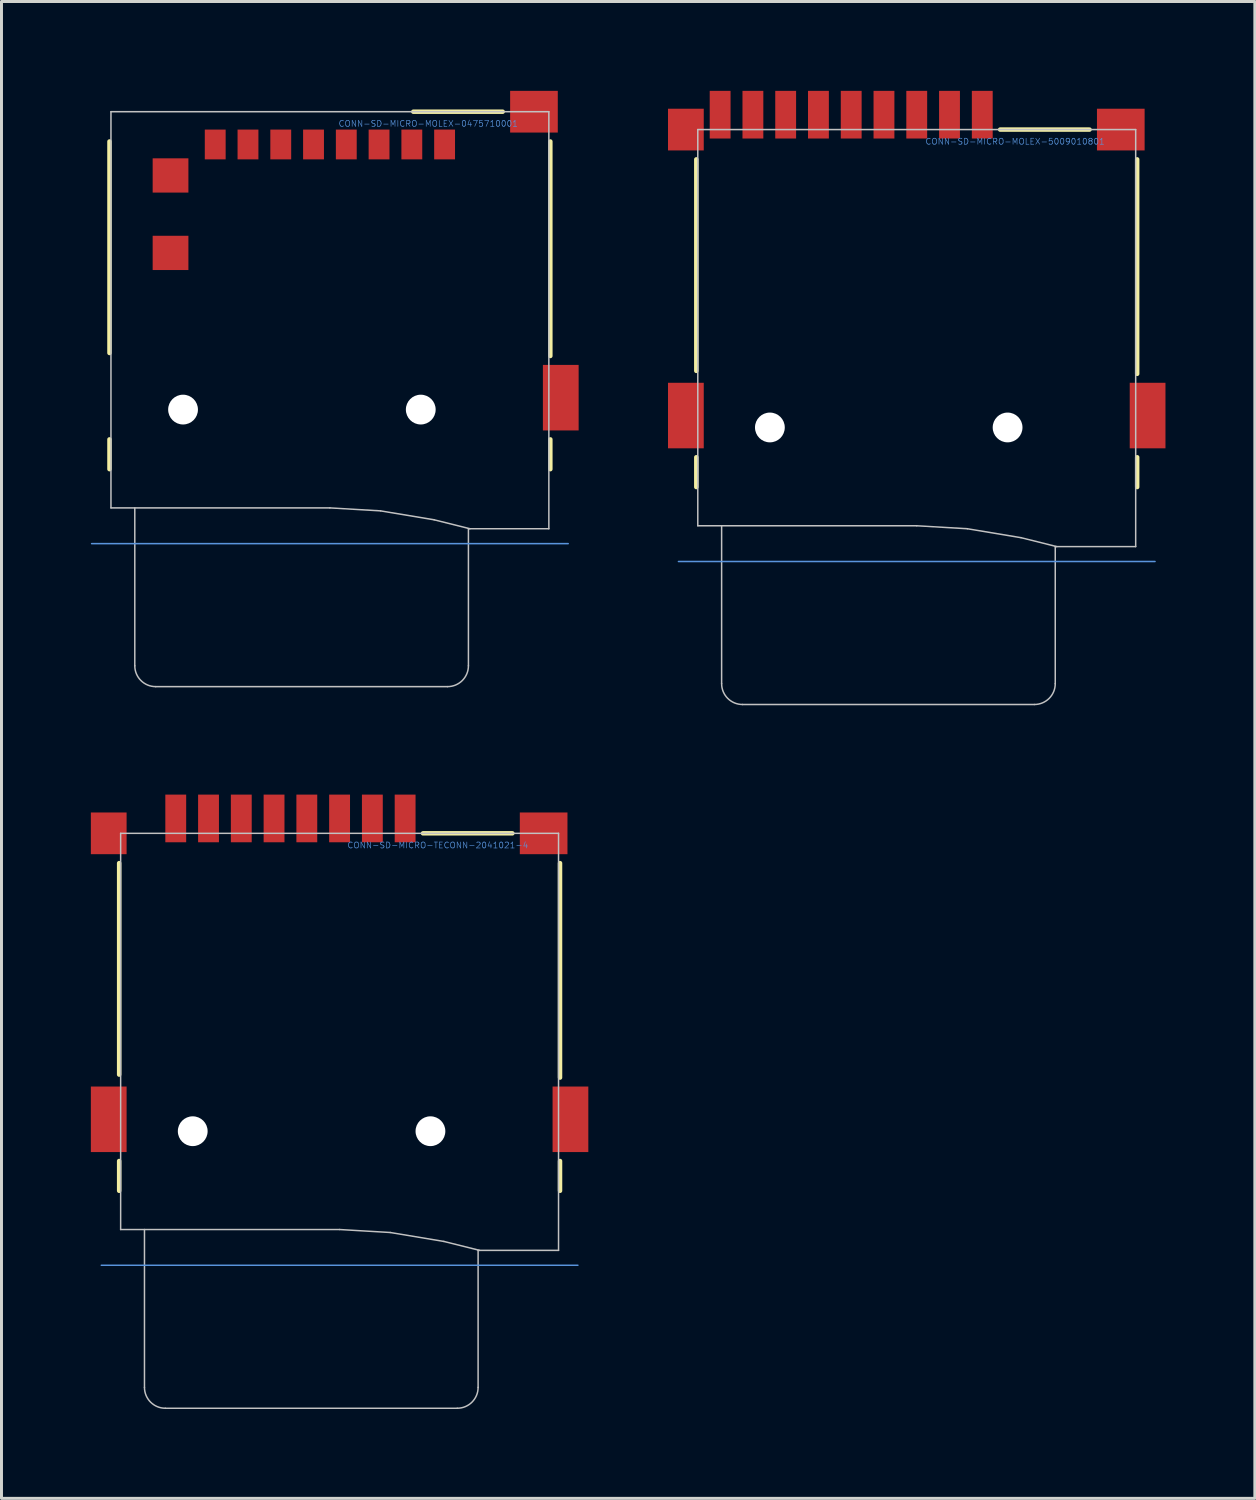
<source format=kicad_pcb>
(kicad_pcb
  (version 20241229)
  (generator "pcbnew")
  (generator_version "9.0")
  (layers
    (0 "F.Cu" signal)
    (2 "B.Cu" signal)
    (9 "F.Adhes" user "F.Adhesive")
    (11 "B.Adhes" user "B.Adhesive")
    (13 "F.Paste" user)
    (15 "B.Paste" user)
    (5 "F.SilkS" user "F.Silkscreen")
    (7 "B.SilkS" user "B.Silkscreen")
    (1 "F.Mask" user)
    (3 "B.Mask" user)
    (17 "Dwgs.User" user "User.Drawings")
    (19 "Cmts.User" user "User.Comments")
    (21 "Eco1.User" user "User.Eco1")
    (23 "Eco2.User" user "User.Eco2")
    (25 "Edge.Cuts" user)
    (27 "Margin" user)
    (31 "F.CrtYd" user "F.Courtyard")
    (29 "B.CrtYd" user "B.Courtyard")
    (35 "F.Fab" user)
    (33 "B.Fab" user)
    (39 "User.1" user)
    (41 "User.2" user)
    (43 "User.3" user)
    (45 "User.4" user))
  (footprint "CONN-SD-MICRO-TECONN-2041021-4"
    (layer "F.Cu")
    (at 8.35 34.925)
    (property "Reference" "CONN-SD-MICRO-TECONN-2041021-4" (at 3.3 -9.6 180) (layer "Cmts.User") (effects (font (size 0.2 0.2) (thickness 0.02))))
    (attr through_hole)
    (fp_line (start -7.4 -1.9) (end -7.4 -9) (stroke (width 0.15) (type solid)) (layer "F.SilkS"))
    (fp_line (start -7.4 2) (end -7.4 1) (stroke (width 0.15) (type solid)) (layer "F.SilkS"))
    (fp_line (start 2.8 -10) (end 5.8 -10) (stroke (width 0.15) (type solid)) (layer "F.SilkS"))
    (fp_line (start 7.4 -9) (end 7.4 -1.8) (stroke (width 0.15) (type solid)) (layer "F.SilkS"))
    (fp_line (start 7.4 1) (end 7.4 2) (stroke (width 0.15) (type solid)) (layer "F.SilkS"))
    (fp_line (start -7.35 -10) (end -7.35 3.3) (stroke (width 0.05) (type solid)) (layer "Dwgs.User"))
    (fp_line (start -7.35 -10) (end 7.35 -10) (stroke (width 0.05) (type solid)) (layer "Dwgs.User"))
    (fp_line (start -7.35 3.3) (end 0 3.3) (stroke (width 0.05) (type solid)) (layer "Dwgs.User"))
    (fp_line (start -6.55 8.6) (end -6.55 3.3) (stroke (width 0.05) (type solid)) (layer "Dwgs.User"))
    (fp_line (start -5.85 9.3) (end 3.95 9.3) (stroke (width 0.05) (type solid)) (layer "Dwgs.User"))
    (fp_line (start 0 3.3) (end 1.7 3.4) (stroke (width 0.05) (type solid)) (layer "Dwgs.User"))
    (fp_line (start 1.7 3.4) (end 3.5 3.7) (stroke (width 0.05) (type solid)) (layer "Dwgs.User"))
    (fp_line (start 3.5 3.7) (end 4.7 4) (stroke (width 0.05) (type solid)) (layer "Dwgs.User"))
    (fp_line (start 4.65 4) (end 7.35 4) (stroke (width 0.05) (type solid)) (layer "Dwgs.User"))
    (fp_line (start 4.65 8.6) (end 4.65 4) (stroke (width 0.05) (type solid)) (layer "Dwgs.User"))
    (fp_line (start 7.35 -10) (end 7.35 4) (stroke (width 0.05) (type solid)) (layer "Dwgs.User"))
    (fp_arc (start -5.85 9.3) (mid -6.344975 9.094975) (end -6.55 8.6) (stroke (width 0.05) (type solid)) (layer "Dwgs.User"))
    (fp_arc (start 4.65 8.6) (mid 4.444975 9.094975) (end 3.95 9.3) (stroke (width 0.05) (type solid)) (layer "Dwgs.User"))
    (fp_line (start 8 4.5) (end -8 4.5) (stroke (width 0.05) (type solid)) (layer "Cmts.User"))
    (pad "" np_thru_hole circle (at -4.93 0) (size 1 1) (drill 1) (layers "*.Cu"))
    (pad "" np_thru_hole circle (at 3.05 0) (size 1 1) (drill 1) (layers "*.Cu"))
    (pad "1" smd rect (at 2.2 -10.5) (size 0.7 1.6) (layers "F.Cu" "F.Mask" "F.Paste"))
    (pad "2" smd rect (at 1.1 -10.5) (size 0.7 1.6) (layers "F.Cu" "F.Mask" "F.Paste"))
    (pad "3" smd rect (at 0 -10.5) (size 0.7 1.6) (layers "F.Cu" "F.Mask" "F.Paste"))
    (pad "4" smd rect (at -1.1 -10.5) (size 0.7 1.6) (layers "F.Cu" "F.Mask" "F.Paste"))
    (pad "5" smd rect (at -2.2 -10.5) (size 0.7 1.6) (layers "F.Cu" "F.Mask" "F.Paste"))
    (pad "6" smd rect (at -7.75 -10) (size 1.2 1.4) (layers "F.Cu" "F.Mask" "F.Paste"))
    (pad "6" smd rect (at -7.75 -0.4) (size 1.2 2.2) (layers "F.Cu" "F.Mask" "F.Paste"))
    (pad "6" smd rect (at -3.3 -10.5) (size 0.7 1.6) (layers "F.Cu" "F.Mask" "F.Paste"))
    (pad "6" smd rect (at 6.85 -10) (size 1.6 1.4) (layers "F.Cu" "F.Mask" "F.Paste"))
    (pad "6" smd rect (at 7.75 -0.4) (size 1.2 2.2) (layers "F.Cu" "F.Mask" "F.Paste"))
    (pad "7" smd rect (at -4.4 -10.5) (size 0.7 1.6) (layers "F.Cu" "F.Mask" "F.Paste"))
    (pad "8" smd rect (at -5.5 -10.5) (size 0.7 1.6) (layers "F.Cu" "F.Mask" "F.Paste")))
  (footprint "CONN-SD-MICRO-MOLEX-0475710001"
    (layer "F.Cu")
    (at 8.025 10.7)
    (property "Reference" "CONN-SD-MICRO-MOLEX-0475710001" (at 3.3 -9.6 180) (layer "Cmts.User") (effects (font (size 0.2 0.2) (thickness 0.02))))
    (attr through_hole)
    (fp_line (start -7.4 -1.9) (end -7.4 -9) (stroke (width 0.15) (type solid)) (layer "F.SilkS"))
    (fp_line (start -7.4 2) (end -7.4 1) (stroke (width 0.15) (type solid)) (layer "F.SilkS"))
    (fp_line (start 2.8 -10) (end 5.8 -10) (stroke (width 0.15) (type solid)) (layer "F.SilkS"))
    (fp_line (start 7.4 -9) (end 7.4 -1.8) (stroke (width 0.15) (type solid)) (layer "F.SilkS"))
    (fp_line (start 7.4 1) (end 7.4 2) (stroke (width 0.15) (type solid)) (layer "F.SilkS"))
    (fp_line (start -7.35 -10) (end -7.35 3.3) (stroke (width 0.05) (type solid)) (layer "Dwgs.User"))
    (fp_line (start -7.35 -10) (end 7.35 -10) (stroke (width 0.05) (type solid)) (layer "Dwgs.User"))
    (fp_line (start -7.35 3.3) (end 0 3.3) (stroke (width 0.05) (type solid)) (layer "Dwgs.User"))
    (fp_line (start -6.55 8.6) (end -6.55 3.3) (stroke (width 0.05) (type solid)) (layer "Dwgs.User"))
    (fp_line (start -5.85 9.3) (end 3.95 9.3) (stroke (width 0.05) (type solid)) (layer "Dwgs.User"))
    (fp_line (start 0 3.3) (end 1.7 3.4) (stroke (width 0.05) (type solid)) (layer "Dwgs.User"))
    (fp_line (start 1.7 3.4) (end 3.5 3.7) (stroke (width 0.05) (type solid)) (layer "Dwgs.User"))
    (fp_line (start 3.5 3.7) (end 4.7 4) (stroke (width 0.05) (type solid)) (layer "Dwgs.User"))
    (fp_line (start 4.65 4) (end 7.35 4) (stroke (width 0.05) (type solid)) (layer "Dwgs.User"))
    (fp_line (start 4.65 8.6) (end 4.65 4) (stroke (width 0.05) (type solid)) (layer "Dwgs.User"))
    (fp_line (start 7.35 -10) (end 7.35 4) (stroke (width 0.05) (type solid)) (layer "Dwgs.User"))
    (fp_arc (start -5.85 9.3) (mid -6.344975 9.094975) (end -6.55 8.6) (stroke (width 0.05) (type solid)) (layer "Dwgs.User"))
    (fp_arc (start 4.65 8.6) (mid 4.444975 9.094975) (end 3.95 9.3) (stroke (width 0.05) (type solid)) (layer "Dwgs.User"))
    (fp_line (start 8 4.5) (end -8 4.5) (stroke (width 0.05) (type solid)) (layer "Cmts.User"))
    (pad "" np_thru_hole circle (at -4.93 0) (size 1 1) (drill 1) (layers "*.Cu"))
    (pad "" np_thru_hole circle (at 3.05 0) (size 1 1) (drill 1) (layers "*.Cu"))
    (pad "1" smd rect (at 3.85 -8.9) (size 0.7 1) (layers "F.Cu" "F.Mask" "F.Paste"))
    (pad "2" smd rect (at 2.75 -8.9) (size 0.7 1) (layers "F.Cu" "F.Mask" "F.Paste"))
    (pad "3" smd rect (at 1.65 -8.9) (size 0.7 1) (layers "F.Cu" "F.Mask" "F.Paste"))
    (pad "4" smd rect (at 0.55 -8.9) (size 0.7 1) (layers "F.Cu" "F.Mask" "F.Paste"))
    (pad "5" smd rect (at -0.55 -8.9) (size 0.7 1) (layers "F.Cu" "F.Mask" "F.Paste"))
    (pad "6" smd rect (at -5.35 -7.86) (size 1.2 1.15) (layers "F.Cu" "F.Mask" "F.Paste"))
    (pad "6" smd rect (at -5.35 -5.26) (size 1.2 1.15) (layers "F.Cu" "F.Mask" "F.Paste"))
    (pad "6" smd rect (at -1.65 -8.9) (size 0.7 1) (layers "F.Cu" "F.Mask" "F.Paste"))
    (pad "6" smd rect (at 6.85 -10) (size 1.6 1.4) (layers "F.Cu" "F.Mask" "F.Paste"))
    (pad "6" smd rect (at 7.75 -0.4) (size 1.2 2.2) (layers "F.Cu" "F.Mask" "F.Paste"))
    (pad "7" smd rect (at -2.75 -8.9) (size 0.7 1) (layers "F.Cu" "F.Mask" "F.Paste"))
    (pad "8" smd rect (at -3.85 -8.9) (size 0.7 1) (layers "F.Cu" "F.Mask" "F.Paste")))
  (footprint "CONN-SD-MICRO-MOLEX-5009010801"
    (layer "F.Cu")
    (at 27.725 11.3)
    (property "Reference" "CONN-SD-MICRO-MOLEX-5009010801" (at 3.3 -9.6 180) (layer "Cmts.User") (effects (font (size 0.2 0.2) (thickness 0.02))))
    (attr through_hole)
    (fp_line (start -7.4 -1.9) (end -7.4 -9) (stroke (width 0.15) (type solid)) (layer "F.SilkS"))
    (fp_line (start -7.4 2) (end -7.4 1) (stroke (width 0.15) (type solid)) (layer "F.SilkS"))
    (fp_line (start 2.8 -10) (end 5.8 -10) (stroke (width 0.15) (type solid)) (layer "F.SilkS"))
    (fp_line (start 7.4 -9) (end 7.4 -1.8) (stroke (width 0.15) (type solid)) (layer "F.SilkS"))
    (fp_line (start 7.4 1) (end 7.4 2) (stroke (width 0.15) (type solid)) (layer "F.SilkS"))
    (fp_line (start -7.35 -10) (end -7.35 3.3) (stroke (width 0.05) (type solid)) (layer "Dwgs.User"))
    (fp_line (start -7.35 -10) (end 7.35 -10) (stroke (width 0.05) (type solid)) (layer "Dwgs.User"))
    (fp_line (start -7.35 3.3) (end 0 3.3) (stroke (width 0.05) (type solid)) (layer "Dwgs.User"))
    (fp_line (start -6.55 8.6) (end -6.55 3.3) (stroke (width 0.05) (type solid)) (layer "Dwgs.User"))
    (fp_line (start -5.85 9.3) (end 3.95 9.3) (stroke (width 0.05) (type solid)) (layer "Dwgs.User"))
    (fp_line (start 0 3.3) (end 1.7 3.4) (stroke (width 0.05) (type solid)) (layer "Dwgs.User"))
    (fp_line (start 1.7 3.4) (end 3.5 3.7) (stroke (width 0.05) (type solid)) (layer "Dwgs.User"))
    (fp_line (start 3.5 3.7) (end 4.7 4) (stroke (width 0.05) (type solid)) (layer "Dwgs.User"))
    (fp_line (start 4.65 4) (end 7.35 4) (stroke (width 0.05) (type solid)) (layer "Dwgs.User"))
    (fp_line (start 4.65 8.6) (end 4.65 4) (stroke (width 0.05) (type solid)) (layer "Dwgs.User"))
    (fp_line (start 7.35 -10) (end 7.35 4) (stroke (width 0.05) (type solid)) (layer "Dwgs.User"))
    (fp_arc (start -5.85 9.3) (mid -6.344975 9.094975) (end -6.55 8.6) (stroke (width 0.05) (type solid)) (layer "Dwgs.User"))
    (fp_arc (start 4.65 8.6) (mid 4.444975 9.094975) (end 3.95 9.3) (stroke (width 0.05) (type solid)) (layer "Dwgs.User"))
    (fp_line (start 8 4.5) (end -8 4.5) (stroke (width 0.05) (type solid)) (layer "Cmts.User"))
    (pad "" np_thru_hole circle (at -4.93 0) (size 1 1) (drill 1) (layers "*.Cu"))
    (pad "" np_thru_hole circle (at 3.05 0) (size 1 1) (drill 1) (layers "*.Cu"))
    (pad "1" smd rect (at 2.2 -10.5) (size 0.7 1.6) (layers "F.Cu" "F.Mask" "F.Paste"))
    (pad "2" smd rect (at 1.1 -10.5) (size 0.7 1.6) (layers "F.Cu" "F.Mask" "F.Paste"))
    (pad "3" smd rect (at 0 -10.5) (size 0.7 1.6) (layers "F.Cu" "F.Mask" "F.Paste"))
    (pad "4" smd rect (at -1.1 -10.5) (size 0.7 1.6) (layers "F.Cu" "F.Mask" "F.Paste"))
    (pad "5" smd rect (at -2.2 -10.5) (size 0.7 1.6) (layers "F.Cu" "F.Mask" "F.Paste"))
    (pad "6" smd rect (at -7.75 -10) (size 1.2 1.4) (layers "F.Cu" "F.Mask" "F.Paste"))
    (pad "6" smd rect (at -7.75 -0.4) (size 1.2 2.2) (layers "F.Cu" "F.Mask" "F.Paste"))
    (pad "6" smd rect (at -3.3 -10.5) (size 0.7 1.6) (layers "F.Cu" "F.Mask" "F.Paste"))
    (pad "6" smd rect (at 6.85 -10) (size 1.6 1.4) (layers "F.Cu" "F.Mask" "F.Paste"))
    (pad "6" smd rect (at 7.75 -0.4) (size 1.2 2.2) (layers "F.Cu" "F.Mask" "F.Paste"))
    (pad "7" smd rect (at -4.4 -10.5) (size 0.7 1.6) (layers "F.Cu" "F.Mask" "F.Paste"))
    (pad "8" smd rect (at -5.5 -10.5) (size 0.7 1.6) (layers "F.Cu" "F.Mask" "F.Paste"))
    (pad "9" smd rect (at -6.6 -10.5) (size 0.7 1.6) (layers "F.Cu" "F.Mask" "F.Paste")))
  (gr_rect
    (start -3 -3)
    (end 39.075 47.25)
    (stroke (width 0.1) (type default))
    (fill no)
    (layer "Edge.Cuts")))
</source>
